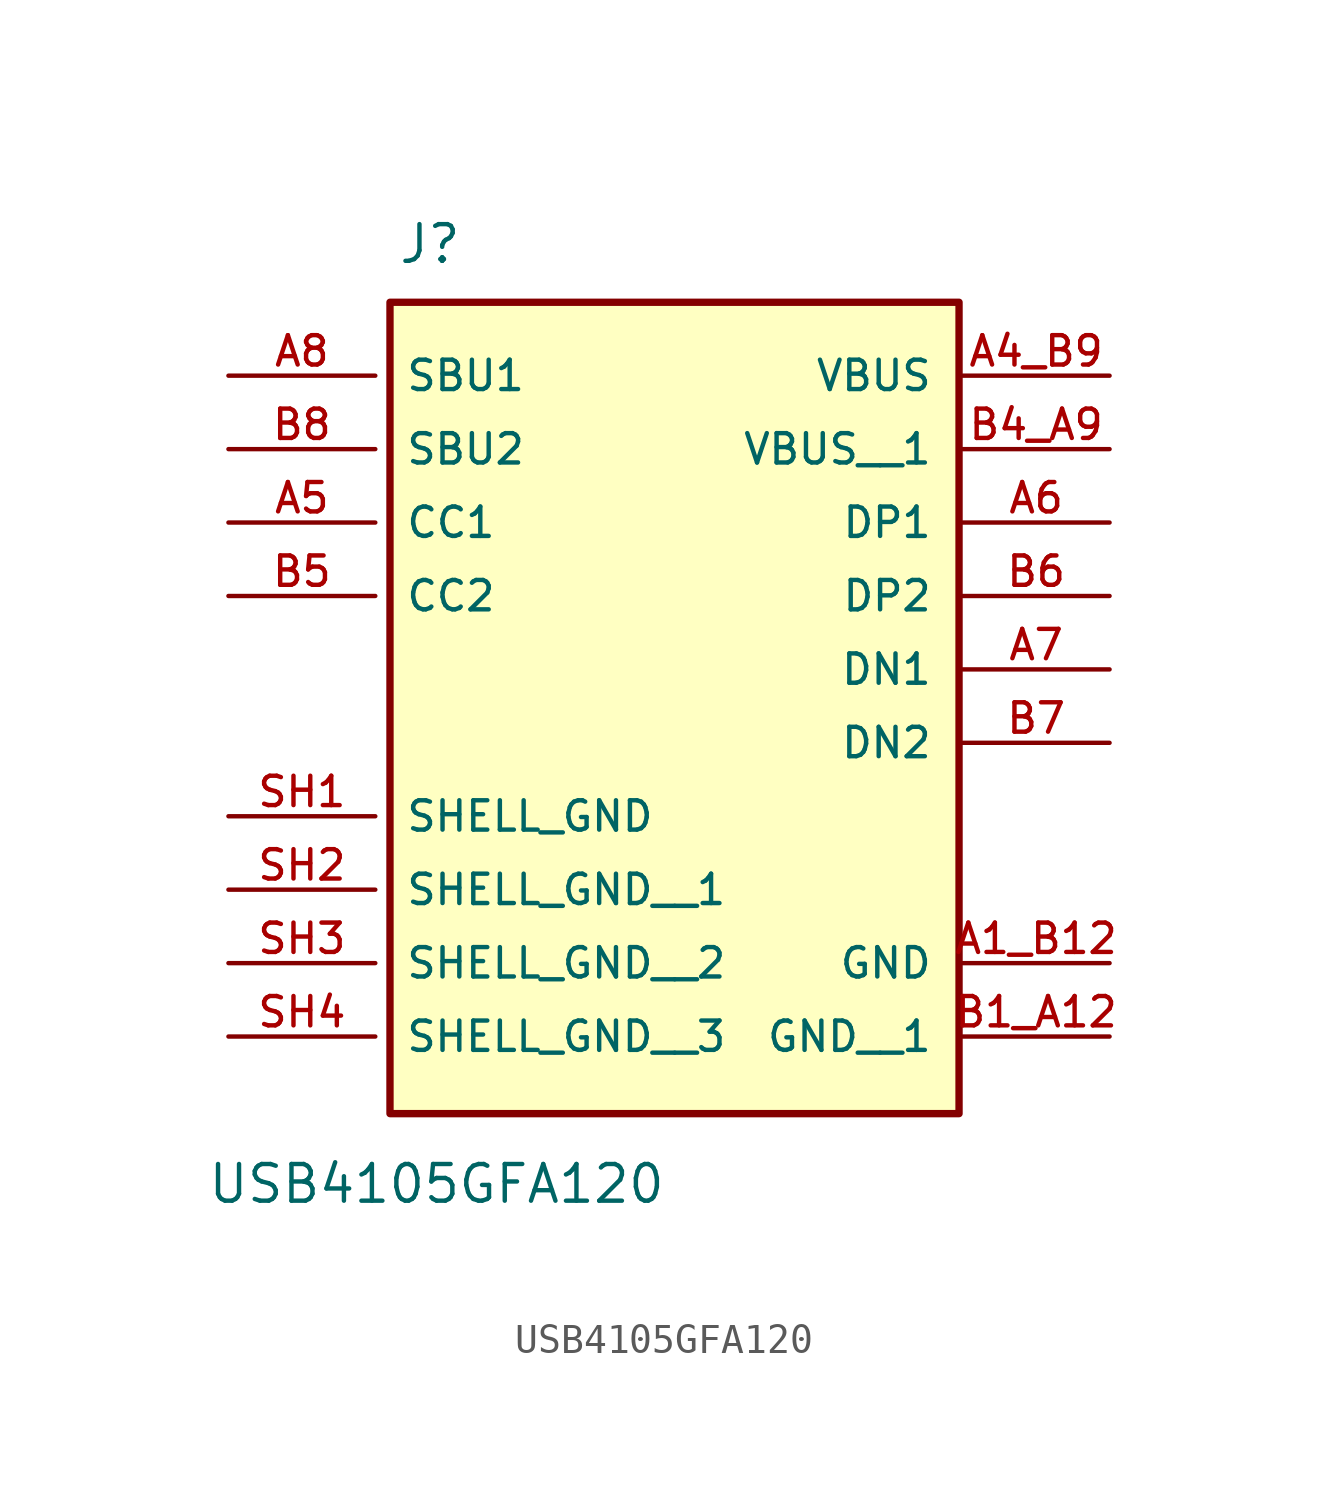
<source format=kicad_sym>
(kicad_symbol_lib
  (version 20231120)
  (generator "kicad_symbol_editor")
  (generator_version "8.0")
  (symbol "USB4105GFA120"
    (pin_names
      (offset 1.016))
    (property "Reference" "J"
      (at -8.128 13.97 0)
      (effects (font (size 1.27 1.27)) (justify left bottom)))
    (property "Value" "USB4105GFA120"
      (at -14.732 -18.542 0)
      (effects (font (size 1.27 1.27)) (justify left bottom)))
    (symbol "USB4105GFA120_0_0"
      (rectangle (start -8.382 12.7) (end 11.303 -15.367) (stroke (width 0.254) (type default)) (fill (type background)))
      (pin power_in line (at 16.51 -10.16 180) (length 5.08) (name "GND" (effects (font (size 1.016 1.016)))) (number "A1_B12" (effects (font (size 1.016 1.016)))))
      (pin power_in line (at 16.51 10.16 180) (length 5.08) (name "VBUS" (effects (font (size 1.016 1.016)))) (number "A4_B9" (effects (font (size 1.016 1.016)))))
      (pin bidirectional line (at -13.97 5.08 0) (length 5.08) (name "CC1" (effects (font (size 1.016 1.016)))) (number "A5" (effects (font (size 1.016 1.016)))))
      (pin bidirectional line (at 16.51 5.08 180) (length 5.08) (name "DP1" (effects (font (size 1.016 1.016)))) (number "A6" (effects (font (size 1.016 1.016)))))
      (pin bidirectional line (at 16.51 0 180) (length 5.08) (name "DN1" (effects (font (size 1.016 1.016)))) (number "A7" (effects (font (size 1.016 1.016)))))
      (pin bidirectional line (at -13.97 10.16 0) (length 5.08) (name "SBU1" (effects (font (size 1.016 1.016)))) (number "A8" (effects (font (size 1.016 1.016)))))
      (pin power_in line (at 16.51 -12.7 180) (length 5.08) (name "GND__1" (effects (font (size 1.016 1.016)))) (number "B1_A12" (effects (font (size 1.016 1.016)))))
      (pin power_in line (at 16.51 7.62 180) (length 5.08) (name "VBUS__1" (effects (font (size 1.016 1.016)))) (number "B4_A9" (effects (font (size 1.016 1.016)))))
      (pin bidirectional line (at -13.97 2.54 0) (length 5.08) (name "CC2" (effects (font (size 1.016 1.016)))) (number "B5" (effects (font (size 1.016 1.016)))))
      (pin bidirectional line (at 16.51 2.54 180) (length 5.08) (name "DP2" (effects (font (size 1.016 1.016)))) (number "B6" (effects (font (size 1.016 1.016)))))
      (pin bidirectional line (at 16.51 -2.54 180) (length 5.08) (name "DN2" (effects (font (size 1.016 1.016)))) (number "B7" (effects (font (size 1.016 1.016)))))
      (pin bidirectional line (at -13.97 7.62 0) (length 5.08) (name "SBU2" (effects (font (size 1.016 1.016)))) (number "B8" (effects (font (size 1.016 1.016)))))
      (pin power_in line (at -13.97 -5.08 0) (length 5.08) (name "SHELL_GND" (effects (font (size 1.016 1.016)))) (number "SH1" (effects (font (size 1.016 1.016)))))
      (pin power_in line (at -13.97 -7.62 0) (length 5.08) (name "SHELL_GND__1" (effects (font (size 1.016 1.016)))) (number "SH2" (effects (font (size 1.016 1.016)))))
      (pin power_in line (at -13.97 -10.16 0) (length 5.08) (name "SHELL_GND__2" (effects (font (size 1.016 1.016)))) (number "SH3" (effects (font (size 1.016 1.016)))))
      (pin power_in line (at -13.97 -12.7 0) (length 5.08) (name "SHELL_GND__3" (effects (font (size 1.016 1.016)))) (number "SH4" (effects (font (size 1.016 1.016))))))))
</source>
